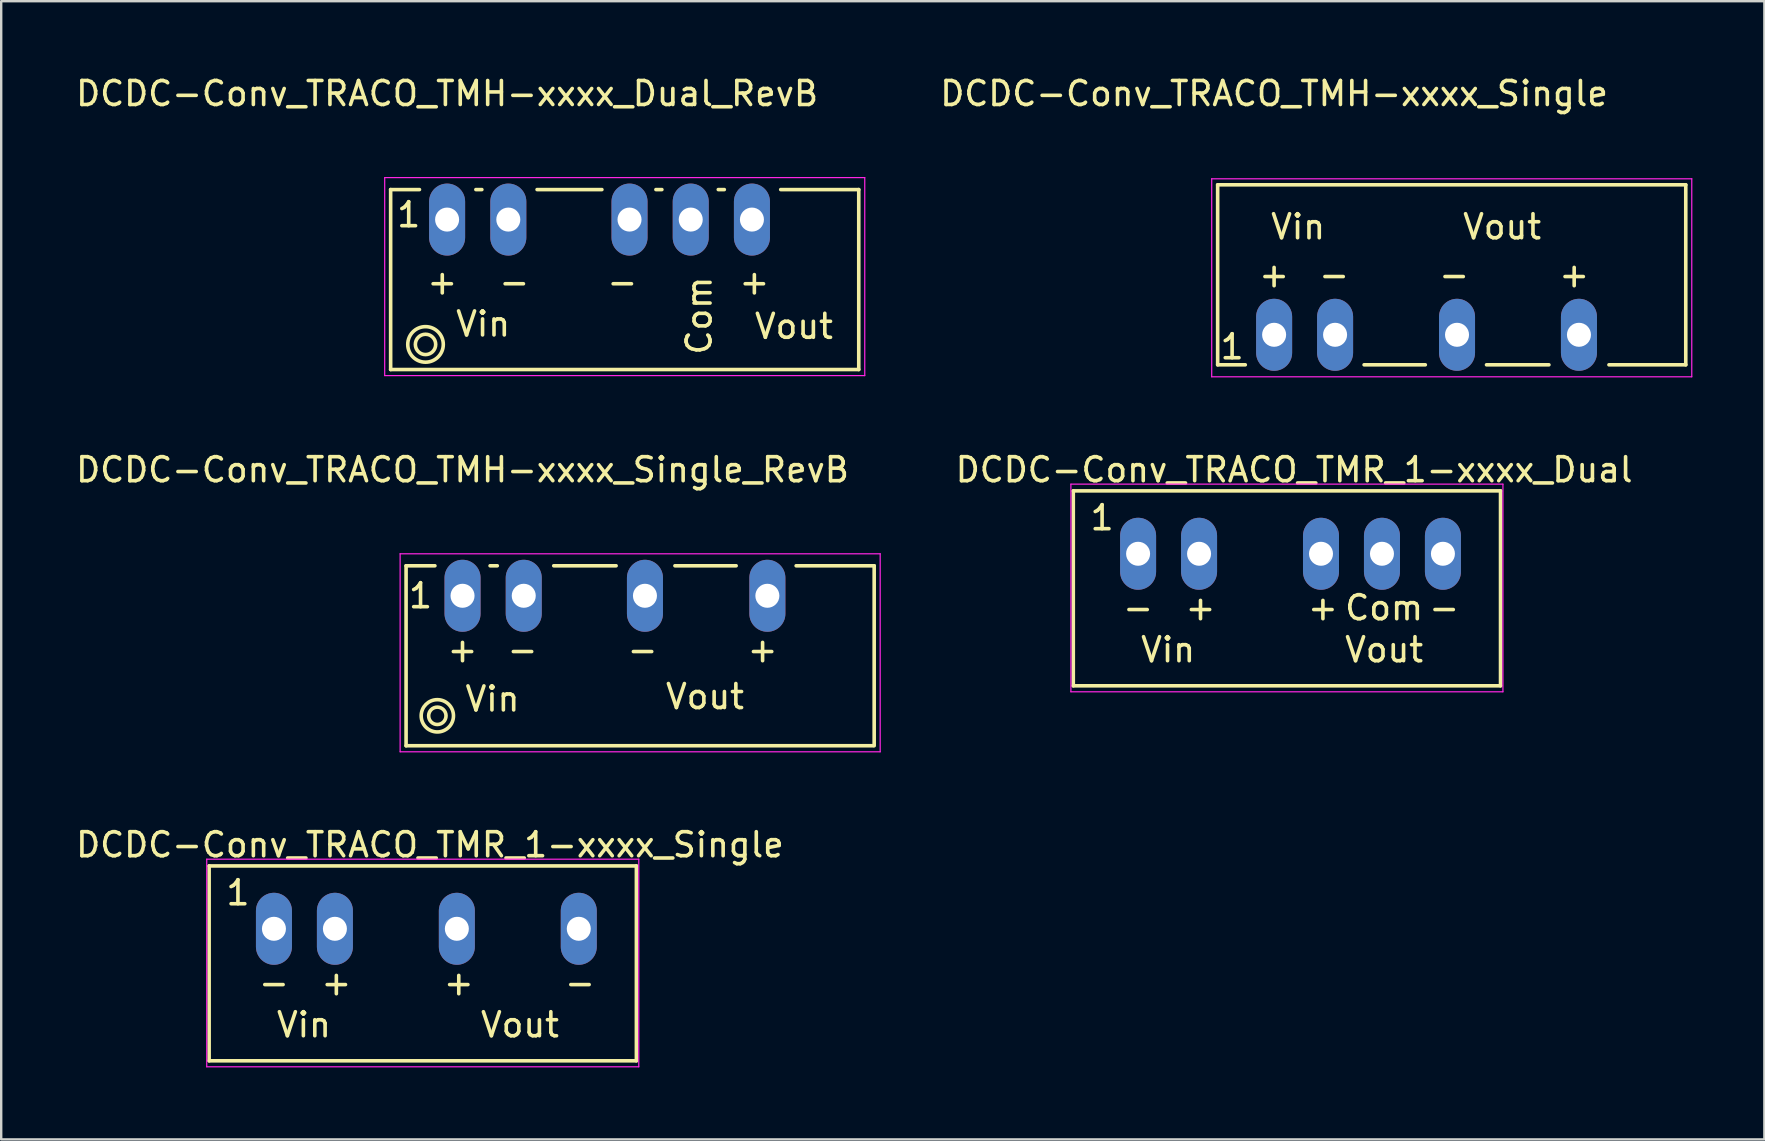
<source format=kicad_pcb>
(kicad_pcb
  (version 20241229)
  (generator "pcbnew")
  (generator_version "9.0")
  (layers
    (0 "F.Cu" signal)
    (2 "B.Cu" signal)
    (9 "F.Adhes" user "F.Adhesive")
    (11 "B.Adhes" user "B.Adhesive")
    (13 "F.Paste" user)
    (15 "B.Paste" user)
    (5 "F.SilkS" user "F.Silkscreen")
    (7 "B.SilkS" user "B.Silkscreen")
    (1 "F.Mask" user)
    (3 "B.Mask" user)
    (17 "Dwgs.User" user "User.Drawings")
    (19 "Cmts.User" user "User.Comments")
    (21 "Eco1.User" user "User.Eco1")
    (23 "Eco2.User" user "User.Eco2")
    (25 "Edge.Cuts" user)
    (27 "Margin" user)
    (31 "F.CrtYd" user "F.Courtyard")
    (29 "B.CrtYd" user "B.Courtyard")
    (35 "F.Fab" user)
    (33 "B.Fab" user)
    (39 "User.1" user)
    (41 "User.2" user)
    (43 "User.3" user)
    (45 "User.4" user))
  (footprint "DCDC-Conv_TRACO_TMH-xxxx_Single"
    (layer "F.Cu")
    (at 50.032 10.898)
    (property "Reference" "DCDC-Conv_TRACO_TMH-xxxx_Single" (at 0 -10.05 0) (layer "F.SilkS") (effects (font (size 1 1) (thickness 0.15))))
    (attr through_hole)
    (fp_line (start -2.352 -6.248) (end -2.352 1.25) (stroke (width 0.15) (type solid)) (layer "F.SilkS"))
    (fp_line (start -1.201 1.25) (end -2.352 1.25) (stroke (width 0.15) (type solid)) (layer "F.SilkS"))
    (fp_line (start 6.299 1.25) (end 3.749 1.25) (stroke (width 0.15) (type solid)) (layer "F.SilkS"))
    (fp_line (start 11.448 1.25) (end 8.849 1.25) (stroke (width 0.15) (type solid)) (layer "F.SilkS"))
    (fp_line (start 17.15 -6.248) (end -2.352 -6.248) (stroke (width 0.15) (type solid)) (layer "F.SilkS"))
    (fp_line (start 17.15 1.25) (end 13.95 1.25) (stroke (width 0.15) (type solid)) (layer "F.SilkS"))
    (fp_line (start 17.15 1.25) (end 17.15 -6.248) (stroke (width 0.15) (type solid)) (layer "F.SilkS"))
    (fp_line (start -2.6 -6.5) (end -2.6 1.75) (stroke (width 0.05) (type solid)) (layer "F.CrtYd"))
    (fp_line (start -2.6 -6.5) (end 17.4 -6.5) (stroke (width 0.05) (type solid)) (layer "F.CrtYd"))
    (fp_line (start -2.6 1.75) (end 17.4 1.75) (stroke (width 0.05) (type solid)) (layer "F.CrtYd"))
    (fp_line (start 17.4 -6.5) (end 17.4 1.75) (stroke (width 0.05) (type solid)) (layer "F.CrtYd"))
    (fp_text user "Vout" (at 9.499 -4.499 0) (layer "F.SilkS") (effects (font (size 1 1) (thickness 0.15))))
    (fp_text user "Vin" (at 1 -4.499 0) (layer "F.SilkS") (effects (font (size 1 1) (thickness 0.15))))
    (fp_text user "+" (at 12.501 -2.5 0) (layer "F.SilkS") (effects (font (size 1 1) (thickness 0.15))))
    (fp_text user "+" (at -0.001 -2.5 0) (layer "F.SilkS") (effects (font (size 1 1) (thickness 0.15))))
    (fp_text user "-" (at 7.5 -2.5 0) (layer "F.SilkS") (effects (font (size 1 1) (thickness 0.15))))
    (fp_text user "-" (at 2.499 -2.5 0) (layer "F.SilkS") (effects (font (size 1 1) (thickness 0.15))))
    (fp_text user "1" (at -1.75 0.5 0) (layer "F.SilkS") (effects (font (size 1 1) (thickness 0.15))))
    (pad "1" thru_hole oval (at 0 0) (size 1.501 3) (drill 1.001) (layers "*.Cu" "*.Mask"))
    (pad "2" thru_hole oval (at 2.54 0) (size 1.501 3) (drill 1.001) (layers "*.Cu" "*.Mask"))
    (pad "4" thru_hole oval (at 7.62 0) (size 1.501 3) (drill 1.001) (layers "*.Cu" "*.Mask"))
    (pad "6" thru_hole oval (at 12.7 0) (size 1.501 3) (drill 1.001) (layers "*.Cu" "*.Mask")))
  (footprint "DCDC-Conv_TRACO_TMH-xxxx_Dual_RevB"
    (layer "F.Cu")
    (at 15.577 6.098)
    (property "Reference" "DCDC-Conv_TRACO_TMH-xxxx_Dual_RevB" (at 0 -5.25 0) (layer "F.SilkS") (effects (font (size 1 1) (thickness 0.15))))
    (attr through_hole)
    (fp_line (start -2.352 -1.25) (end -2.352 6.248) (stroke (width 0.15) (type solid)) (layer "F.SilkS"))
    (fp_line (start -2.352 6.248) (end 17.15 6.248) (stroke (width 0.15) (type solid)) (layer "F.SilkS"))
    (fp_line (start -1.151 -1.25) (end -2.352 -1.25) (stroke (width 0.15) (type solid)) (layer "F.SilkS"))
    (fp_line (start 1.448 -1.25) (end 1.199 -1.25) (stroke (width 0.15) (type solid)) (layer "F.SilkS"))
    (fp_line (start 6.449 -1.25) (end 3.749 -1.25) (stroke (width 0.15) (type solid)) (layer "F.SilkS"))
    (fp_line (start 8.948 -1.25) (end 8.7 -1.25) (stroke (width 0.15) (type solid)) (layer "F.SilkS"))
    (fp_line (start 11.549 -1.25) (end 11.298 -1.25) (stroke (width 0.15) (type solid)) (layer "F.SilkS"))
    (fp_line (start 17.15 -1.25) (end 13.899 -1.25) (stroke (width 0.15) (type solid)) (layer "F.SilkS"))
    (fp_line (start 17.15 6.248) (end 17.15 -1.25) (stroke (width 0.15) (type solid)) (layer "F.SilkS"))
    (fp_circle (center -0.899 5.201) (end -0.6 5.501) (stroke (width 0.15) (type solid)) (fill no) (layer "F.SilkS"))
    (fp_circle (center -0.899 5.201) (end -0.351 5.699) (stroke (width 0.15) (type solid)) (fill no) (layer "F.SilkS"))
    (fp_line (start -2.6 -1.75) (end -2.6 6.5) (stroke (width 0.05) (type solid)) (layer "F.CrtYd"))
    (fp_line (start -2.6 -1.75) (end 17.4 -1.75) (stroke (width 0.05) (type solid)) (layer "F.CrtYd"))
    (fp_line (start -2.6 6.5) (end 17.4 6.5) (stroke (width 0.05) (type solid)) (layer "F.CrtYd"))
    (fp_line (start 17.4 -1.75) (end 17.4 6.5) (stroke (width 0.05) (type solid)) (layer "F.CrtYd"))
    (fp_text user "-" (at 2.799 2.6 0) (layer "F.SilkS") (effects (font (size 1 1) (thickness 0.15))))
    (fp_text user "1" (at -1.6 -0.2 0) (layer "F.SilkS") (effects (font (size 1 1) (thickness 0.15))))
    (fp_text user "-" (at 7.3 2.6 0) (layer "F.SilkS") (effects (font (size 1 1) (thickness 0.15))))
    (fp_text user "+" (at -0.201 2.6 0) (layer "F.SilkS") (effects (font (size 1 1) (thickness 0.15))))
    (fp_text user "Com" (at 10.5 4 90) (layer "F.SilkS") (effects (font (size 1 1) (thickness 0.15))))
    (fp_text user "Vout" (at 14.45 4.449 0) (layer "F.SilkS") (effects (font (size 1 1) (thickness 0.15))))
    (fp_text user "Vin" (at 1.501 4.35 0) (layer "F.SilkS") (effects (font (size 1 1) (thickness 0.15))))
    (fp_text user "+" (at 12.801 2.6 0) (layer "F.SilkS") (effects (font (size 1 1) (thickness 0.15))))
    (pad "1" thru_hole oval (at 0 0) (size 1.501 3) (drill 1.001) (layers "*.Cu" "*.Mask"))
    (pad "2" thru_hole oval (at 2.55 0) (size 1.501 3) (drill 1.001) (layers "*.Cu" "*.Mask"))
    (pad "4" thru_hole oval (at 7.6 0) (size 1.501 3) (drill 1.001) (layers "*.Cu" "*.Mask"))
    (pad "5" thru_hole oval (at 10.15 0) (size 1.501 3) (drill 1.001) (layers "*.Cu" "*.Mask"))
    (pad "6" thru_hole oval (at 12.7 0) (size 1.501 3) (drill 1.001) (layers "*.Cu" "*.Mask")))
  (footprint "DCDC-Conv_TRACO_TMR_1-xxxx_Dual"
    (layer "F.Cu")
    (at 44.365 20.021)
    (property "Reference" "DCDC-Conv_TRACO_TMR_1-xxxx_Dual" (at 6.5 -3.5 0) (layer "F.SilkS") (effects (font (size 1 1) (thickness 0.15))))
    (attr through_hole)
    (fp_line (start -2.7 -2.62) (end -2.7 5.5) (stroke (width 0.15) (type solid)) (layer "F.SilkS"))
    (fp_line (start 15.1 -2.62) (end -2.7 -2.62) (stroke (width 0.15) (type solid)) (layer "F.SilkS"))
    (fp_line (start 15.1 -2.62) (end 15.1 5.5) (stroke (width 0.15) (type solid)) (layer "F.SilkS"))
    (fp_line (start 15.1 5.5) (end -2.7 5.5) (stroke (width 0.15) (type solid)) (layer "F.SilkS"))
    (fp_line (start -2.8 -2.9) (end -2.8 5.75) (stroke (width 0.05) (type solid)) (layer "F.CrtYd"))
    (fp_line (start -2.8 -2.9) (end 15.2 -2.9) (stroke (width 0.05) (type solid)) (layer "F.CrtYd"))
    (fp_line (start -2.8 5.75) (end 15.2 5.75) (stroke (width 0.05) (type solid)) (layer "F.CrtYd"))
    (fp_line (start 15.2 -2.9) (end 15.2 5.75) (stroke (width 0.05) (type solid)) (layer "F.CrtYd"))
    (fp_text user "Vout" (at 10.25 4 0) (layer "F.SilkS") (effects (font (size 1 1) (thickness 0.15))))
    (fp_text user "Com" (at 10.25 2.25 180) (layer "F.SilkS") (effects (font (size 1 1) (thickness 0.15))))
    (fp_text user "1" (at -1.5 -1.5 0) (layer "F.SilkS") (effects (font (size 1 1) (thickness 0.15))))
    (fp_text user "+" (at 7.7 2.25 0) (layer "F.SilkS") (effects (font (size 1 1) (thickness 0.15))))
    (fp_text user "+" (at 2.6 2.25 0) (layer "F.SilkS") (effects (font (size 1 1) (thickness 0.15))))
    (fp_text user "-" (at 12.75 2.25 0) (layer "F.SilkS") (effects (font (size 1 1) (thickness 0.15))))
    (fp_text user "-" (at 0 2.25 0) (layer "F.SilkS") (effects (font (size 1 1) (thickness 0.15))))
    (fp_text user "Vin" (at 1.25 4 0) (layer "F.SilkS") (effects (font (size 1 1) (thickness 0.15))))
    (pad "1" thru_hole oval (at 0 0) (size 1.5 3) (drill 1) (layers "*.Cu" "*.Mask"))
    (pad "2" thru_hole oval (at 2.54 0) (size 1.5 3) (drill 1) (layers "*.Cu" "*.Mask"))
    (pad "4" thru_hole oval (at 7.62 0) (size 1.5 3) (drill 1) (layers "*.Cu" "*.Mask"))
    (pad "5" thru_hole oval (at 10.16 0) (size 1.5 3) (drill 1) (layers "*.Cu" "*.Mask"))
    (pad "6" thru_hole oval (at 12.7 0) (size 1.5 3) (drill 1) (layers "*.Cu" "*.Mask")))
  (footprint "DCDC-Conv_TRACO_TMH-xxxx_Single_RevB"
    (layer "F.Cu")
    (at 16.22 21.771)
    (property "Reference" "DCDC-Conv_TRACO_TMH-xxxx_Single_RevB" (at 0 -5.25 0) (layer "F.SilkS") (effects (font (size 1 1) (thickness 0.15))))
    (attr through_hole)
    (fp_line (start -2.352 -1.25) (end -2.352 6.248) (stroke (width 0.15) (type solid)) (layer "F.SilkS"))
    (fp_line (start -2.352 6.248) (end 17.099 6.248) (stroke (width 0.15) (type solid)) (layer "F.SilkS"))
    (fp_line (start -1.151 -1.25) (end -2.352 -1.25) (stroke (width 0.15) (type solid)) (layer "F.SilkS"))
    (fp_line (start 1.448 -1.25) (end 1.148 -1.25) (stroke (width 0.15) (type solid)) (layer "F.SilkS"))
    (fp_line (start 6.398 -1.25) (end 3.8 -1.25) (stroke (width 0.15) (type solid)) (layer "F.SilkS"))
    (fp_line (start 11.399 -1.25) (end 8.849 -1.25) (stroke (width 0.15) (type solid)) (layer "F.SilkS"))
    (fp_line (start 17.15 -1.25) (end 13.899 -1.25) (stroke (width 0.15) (type solid)) (layer "F.SilkS"))
    (fp_line (start 17.15 6.248) (end 17.15 -1.25) (stroke (width 0.15) (type solid)) (layer "F.SilkS"))
    (fp_circle (center -1.05 5.001) (end -0.951 5.349) (stroke (width 0.15) (type solid)) (fill no) (layer "F.SilkS"))
    (fp_circle (center -1.05 5.001) (end -0.549 5.45) (stroke (width 0.15) (type solid)) (fill no) (layer "F.SilkS"))
    (fp_line (start -2.6 -1.75) (end -2.6 6.5) (stroke (width 0.05) (type solid)) (layer "F.CrtYd"))
    (fp_line (start -2.6 -1.75) (end 17.4 -1.75) (stroke (width 0.05) (type solid)) (layer "F.CrtYd"))
    (fp_line (start -2.6 6.5) (end 17.4 6.5) (stroke (width 0.05) (type solid)) (layer "F.CrtYd"))
    (fp_line (start 17.4 -1.75) (end 17.4 6.5) (stroke (width 0.05) (type solid)) (layer "F.CrtYd"))
    (fp_text user "-" (at 2.499 2.25 0) (layer "F.SilkS") (effects (font (size 1 1) (thickness 0.15))))
    (fp_text user "Vout" (at 10.101 4.201 0) (layer "F.SilkS") (effects (font (size 1 1) (thickness 0.15))))
    (fp_text user "-" (at 7.5 2.25 0) (layer "F.SilkS") (effects (font (size 1 1) (thickness 0.15))))
    (fp_text user "Vin" (at 1.249 4.3 0) (layer "F.SilkS") (effects (font (size 1 1) (thickness 0.15))))
    (fp_text user "+" (at 12.501 2.25 0) (layer "F.SilkS") (effects (font (size 1 1) (thickness 0.15))))
    (fp_text user "1" (at -1.75 0 0) (layer "F.SilkS") (effects (font (size 1 1) (thickness 0.15))))
    (fp_text user "+" (at -0.001 2.25 0) (layer "F.SilkS") (effects (font (size 1 1) (thickness 0.15))))
    (pad "1" thru_hole oval (at 0 0) (size 1.501 3) (drill 1.001) (layers "*.Cu" "*.Mask"))
    (pad "2" thru_hole oval (at 2.55 0) (size 1.501 3) (drill 1.001) (layers "*.Cu" "*.Mask"))
    (pad "4" thru_hole oval (at 7.6 0) (size 1.501 3) (drill 1.001) (layers "*.Cu" "*.Mask"))
    (pad "6" thru_hole oval (at 12.7 0) (size 1.501 3) (drill 1.001) (layers "*.Cu" "*.Mask")))
  (footprint "DCDC-Conv_TRACO_TMR_1-xxxx_Single"
    (layer "F.Cu")
    (at 8.363 35.645)
    (property "Reference" "DCDC-Conv_TRACO_TMR_1-xxxx_Single" (at 6.5 -3.5 0) (layer "F.SilkS") (effects (font (size 1 1) (thickness 0.15))))
    (attr through_hole)
    (fp_line (start -2.7 -2.62) (end -2.7 5.5) (stroke (width 0.15) (type solid)) (layer "F.SilkS"))
    (fp_line (start 15.1 -2.62) (end -2.7 -2.62) (stroke (width 0.15) (type solid)) (layer "F.SilkS"))
    (fp_line (start 15.1 -2.62) (end 15.1 5.5) (stroke (width 0.15) (type solid)) (layer "F.SilkS"))
    (fp_line (start 15.1 5.5) (end -2.7 5.5) (stroke (width 0.15) (type solid)) (layer "F.SilkS"))
    (fp_line (start -2.8 -2.9) (end -2.8 5.75) (stroke (width 0.05) (type solid)) (layer "F.CrtYd"))
    (fp_line (start -2.8 -2.9) (end 15.2 -2.9) (stroke (width 0.05) (type solid)) (layer "F.CrtYd"))
    (fp_line (start -2.8 5.75) (end 15.2 5.75) (stroke (width 0.05) (type solid)) (layer "F.CrtYd"))
    (fp_line (start 15.2 -2.9) (end 15.2 5.75) (stroke (width 0.05) (type solid)) (layer "F.CrtYd"))
    (fp_text user "-" (at 0 2.25 0) (layer "F.SilkS") (effects (font (size 1 1) (thickness 0.15))))
    (fp_text user "+" (at 2.6 2.25 0) (layer "F.SilkS") (effects (font (size 1 1) (thickness 0.15))))
    (fp_text user "-" (at 12.75 2.25 0) (layer "F.SilkS") (effects (font (size 1 1) (thickness 0.15))))
    (fp_text user "Vin" (at 1.25 4 0) (layer "F.SilkS") (effects (font (size 1 1) (thickness 0.15))))
    (fp_text user "1" (at -1.5 -1.5 0) (layer "F.SilkS") (effects (font (size 1 1) (thickness 0.15))))
    (fp_text user "+" (at 7.7 2.25 0) (layer "F.SilkS") (effects (font (size 1 1) (thickness 0.15))))
    (fp_text user "Vout" (at 10.25 4 0) (layer "F.SilkS") (effects (font (size 1 1) (thickness 0.15))))
    (pad "1" thru_hole oval (at 0 0) (size 1.5 3) (drill 1) (layers "*.Cu" "*.Mask"))
    (pad "2" thru_hole oval (at 2.54 0) (size 1.5 3) (drill 1) (layers "*.Cu" "*.Mask"))
    (pad "4" thru_hole oval (at 7.62 0) (size 1.5 3) (drill 1) (layers "*.Cu" "*.Mask"))
    (pad "6" thru_hole oval (at 12.7 0) (size 1.5 3) (drill 1) (layers "*.Cu" "*.Mask")))
  (gr_rect
    (start -3 -3)
    (end 70.457 44.42)
    (stroke (width 0.1) (type default))
    (fill no)
    (layer "Edge.Cuts")))
</source>
